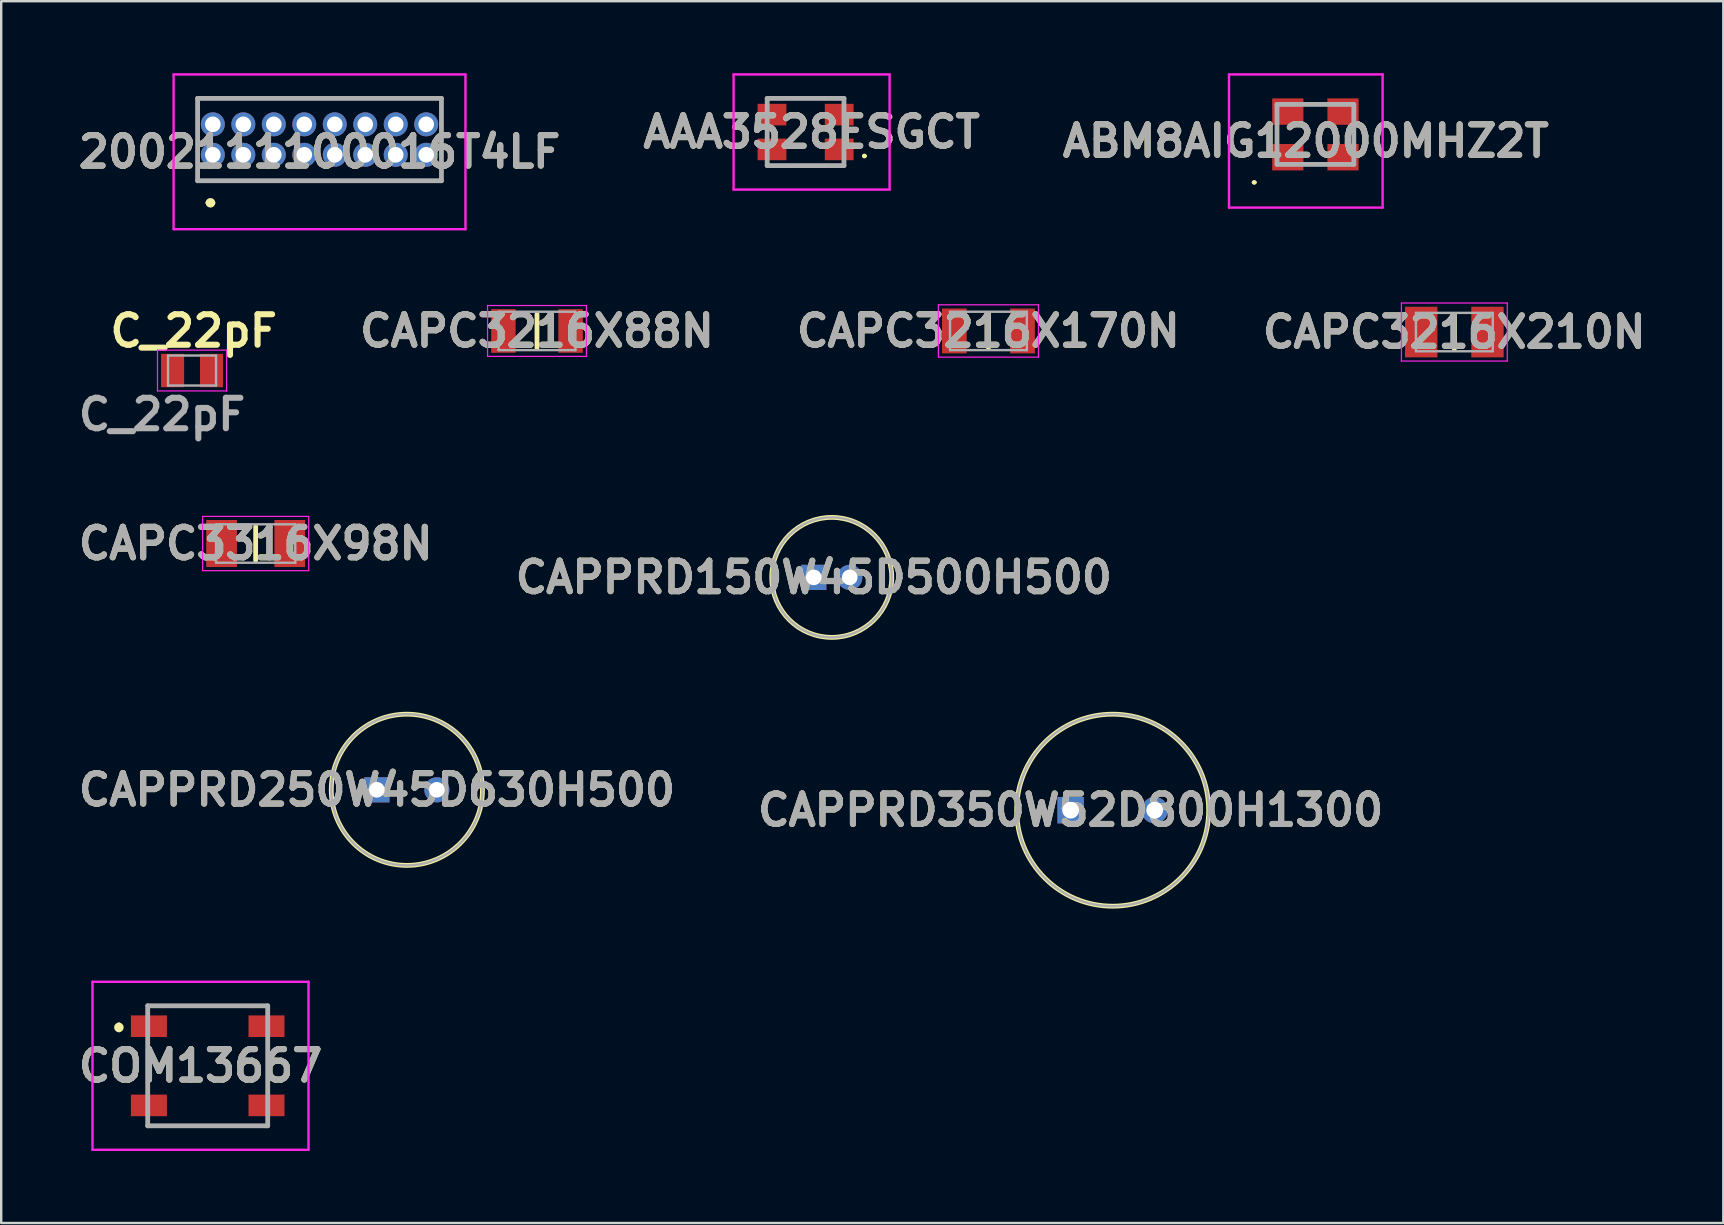
<source format=kicad_pcb>
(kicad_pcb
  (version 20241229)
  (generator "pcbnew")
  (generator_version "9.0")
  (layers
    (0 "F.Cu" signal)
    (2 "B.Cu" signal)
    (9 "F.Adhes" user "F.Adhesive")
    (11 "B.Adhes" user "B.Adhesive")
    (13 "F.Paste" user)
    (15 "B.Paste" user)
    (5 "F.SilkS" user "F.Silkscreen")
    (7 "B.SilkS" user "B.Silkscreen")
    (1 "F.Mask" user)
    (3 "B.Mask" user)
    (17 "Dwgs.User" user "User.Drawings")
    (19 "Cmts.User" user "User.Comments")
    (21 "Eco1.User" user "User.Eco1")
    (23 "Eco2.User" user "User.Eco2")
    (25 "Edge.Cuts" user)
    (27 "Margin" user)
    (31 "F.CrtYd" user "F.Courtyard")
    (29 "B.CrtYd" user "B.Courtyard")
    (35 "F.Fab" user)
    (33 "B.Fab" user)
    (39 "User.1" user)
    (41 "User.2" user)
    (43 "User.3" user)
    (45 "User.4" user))
  (footprint "CAPPRD350W52D800H1300"
    (layer "F.Cu")
    (at 41.56 30.707)
    (property "Reference" "CAPPRD350W52D800H1300" (at 0 0 0) (layer "F.SilkS") (effects (font (size 1.27 1.27) (thickness 0.254))))
    (attr through_hole)
    (fp_circle (center 1.75 0) (end 1.75 4) (stroke (width 0.2) (type solid)) (fill no) (layer "F.SilkS"))
    (fp_circle (center 1.75 0) (end 1.75 4) (stroke (width 0.1) (type solid)) (fill no) (layer "F.Fab"))
    (fp_text user "${REFERENCE}" (at 0 0 0) (layer "F.Fab") (effects (font (size 1.27 1.27) (thickness 0.254))))
    (pad "1" thru_hole rect (at 0 0) (size 1.1 1.1) (drill 0.7) (layers "*.Cu" "*.Mask"))
    (pad "2" thru_hole circle (at 3.5 0) (size 1.1 1.1) (drill 0.7) (layers "*.Cu" "*.Mask")))
  (footprint "CAPPRD250W45D630H500"
    (layer "F.Cu")
    (at 12.652 29.857)
    (property "Reference" "CAPPRD250W45D630H500" (at 0 0 0) (layer "F.SilkS") (effects (font (size 1.27 1.27) (thickness 0.254))))
    (attr through_hole)
    (fp_circle (center 1.25 0) (end 1.25 3.15) (stroke (width 0.2) (type solid)) (fill no) (layer "F.SilkS"))
    (fp_circle (center 1.25 0) (end 1.25 3.15) (stroke (width 0.1) (type solid)) (fill no) (layer "F.Fab"))
    (fp_text user "${REFERENCE}" (at 0 0 0) (layer "F.Fab") (effects (font (size 1.27 1.27) (thickness 0.254))))
    (pad "1" thru_hole rect (at 0 0) (size 1.05 1.05) (drill 0.65) (layers "*.Cu" "*.Mask"))
    (pad "2" thru_hole circle (at 2.5 0) (size 1.05 1.05) (drill 0.65) (layers "*.Cu" "*.Mask")))
  (footprint "2002111100016T4LF"
    (layer "F.Cu")
    (at 5.818 3.4)
    (property "Reference" "2002111100016T4LF" (at 4.445 -0.125 0) (layer "F.SilkS") (effects (font (size 1.27 1.27) (thickness 0.254))))
    (attr through_hole)
    (fp_line (start -0.635 -2.35) (end 9.525 -2.35) (stroke (width 0.1) (type solid)) (layer "F.SilkS"))
    (fp_line (start -0.635 -1.905) (end -0.635 -2.35) (stroke (width 0.1) (type solid)) (layer "F.SilkS"))
    (fp_line (start -0.635 0.635) (end -0.635 1.08) (stroke (width 0.1) (type solid)) (layer "F.SilkS"))
    (fp_line (start -0.635 1.08) (end 9.525 1.08) (stroke (width 0.1) (type solid)) (layer "F.SilkS"))
    (fp_line (start -0.2 2) (end -0.2 2) (stroke (width 0.2) (type solid)) (layer "F.SilkS"))
    (fp_line (start 0 2) (end 0 2) (stroke (width 0.2) (type solid)) (layer "F.SilkS"))
    (fp_line (start 9.525 -2.35) (end 9.525 -1.905) (stroke (width 0.1) (type solid)) (layer "F.SilkS"))
    (fp_line (start 9.525 1.08) (end 9.525 1.08) (stroke (width 0.1) (type solid)) (layer "F.SilkS"))
    (fp_arc (start -0.2 2) (mid -0.1 1.9) (end 0 2) (stroke (width 0.2) (type solid)) (layer "F.SilkS"))
    (fp_arc (start 0 2) (mid -0.1 2.1) (end -0.2 2) (stroke (width 0.2) (type solid)) (layer "F.SilkS"))
    (fp_line (start -1.635 -3.35) (end 10.525 -3.35) (stroke (width 0.1) (type solid)) (layer "F.CrtYd"))
    (fp_line (start -1.635 3.1) (end -1.635 -3.35) (stroke (width 0.1) (type solid)) (layer "F.CrtYd"))
    (fp_line (start 10.525 -3.35) (end 10.525 3.1) (stroke (width 0.1) (type solid)) (layer "F.CrtYd"))
    (fp_line (start 10.525 3.1) (end -1.635 3.1) (stroke (width 0.1) (type solid)) (layer "F.CrtYd"))
    (fp_line (start -0.635 -2.35) (end 9.525 -2.35) (stroke (width 0.2) (type solid)) (layer "F.Fab"))
    (fp_line (start -0.635 1.08) (end -0.635 -2.35) (stroke (width 0.2) (type solid)) (layer "F.Fab"))
    (fp_line (start 9.525 -2.35) (end 9.525 1.08) (stroke (width 0.2) (type solid)) (layer "F.Fab"))
    (fp_line (start 9.525 1.08) (end -0.635 1.08) (stroke (width 0.2) (type solid)) (layer "F.Fab"))
    (fp_text user "${REFERENCE}" (at 4.445 -0.125 0) (layer "F.Fab") (effects (font (size 1.27 1.27) (thickness 0.254))))
    (pad "1" thru_hole circle (at 0 0) (size 1 1) (drill 0.65) (layers "*.Cu" "*.Mask"))
    (pad "2" thru_hole circle (at 0 -1.27) (size 1 1) (drill 0.65) (layers "*.Cu" "*.Mask"))
    (pad "3" thru_hole circle (at 1.27 0) (size 1 1) (drill 0.65) (layers "*.Cu" "*.Mask"))
    (pad "4" thru_hole circle (at 1.27 -1.27) (size 1 1) (drill 0.65) (layers "*.Cu" "*.Mask"))
    (pad "5" thru_hole circle (at 2.54 0) (size 1 1) (drill 0.65) (layers "*.Cu" "*.Mask"))
    (pad "6" thru_hole circle (at 2.54 -1.27) (size 1 1) (drill 0.65) (layers "*.Cu" "*.Mask"))
    (pad "7" thru_hole circle (at 3.81 0) (size 1 1) (drill 0.65) (layers "*.Cu" "*.Mask"))
    (pad "8" thru_hole circle (at 3.81 -1.27) (size 1 1) (drill 0.65) (layers "*.Cu" "*.Mask"))
    (pad "9" thru_hole circle (at 5.08 0) (size 1 1) (drill 0.65) (layers "*.Cu" "*.Mask"))
    (pad "10" thru_hole circle (at 5.08 -1.27) (size 1 1) (drill 0.65) (layers "*.Cu" "*.Mask"))
    (pad "11" thru_hole circle (at 6.35 0) (size 1 1) (drill 0.65) (layers "*.Cu" "*.Mask"))
    (pad "12" thru_hole circle (at 6.35 -1.27) (size 1 1) (drill 0.65) (layers "*.Cu" "*.Mask"))
    (pad "13" thru_hole circle (at 7.62 0) (size 1 1) (drill 0.65) (layers "*.Cu" "*.Mask"))
    (pad "14" thru_hole circle (at 7.62 -1.27) (size 1 1) (drill 0.65) (layers "*.Cu" "*.Mask"))
    (pad "15" thru_hole circle (at 8.89 0) (size 1 1) (drill 0.65) (layers "*.Cu" "*.Mask"))
    (pad "16" thru_hole circle (at 8.89 -1.27) (size 1 1) (drill 0.65) (layers "*.Cu" "*.Mask")))
  (footprint "CAPC3216X88N"
    (layer "F.Cu")
    (at 19.324 10.739)
    (property "Reference" "CAPC3216X88N" (at 0 0 0) (layer "F.SilkS") (effects (font (size 1.27 1.27) (thickness 0.254))))
    (attr smd)
    (fp_line (start 0 -0.7) (end 0 0.7) (stroke (width 0.2) (type solid)) (layer "F.SilkS"))
    (fp_line (start -2.06 -1.06) (end 2.06 -1.06) (stroke (width 0.05) (type solid)) (layer "F.CrtYd"))
    (fp_line (start -2.06 1.06) (end -2.06 -1.06) (stroke (width 0.05) (type solid)) (layer "F.CrtYd"))
    (fp_line (start 2.06 -1.06) (end 2.06 1.06) (stroke (width 0.05) (type solid)) (layer "F.CrtYd"))
    (fp_line (start 2.06 1.06) (end -2.06 1.06) (stroke (width 0.05) (type solid)) (layer "F.CrtYd"))
    (fp_line (start -1.6 -0.8) (end 1.6 -0.8) (stroke (width 0.1) (type solid)) (layer "F.Fab"))
    (fp_line (start -1.6 0.8) (end -1.6 -0.8) (stroke (width 0.1) (type solid)) (layer "F.Fab"))
    (fp_line (start 1.6 -0.8) (end 1.6 0.8) (stroke (width 0.1) (type solid)) (layer "F.Fab"))
    (fp_line (start 1.6 0.8) (end -1.6 0.8) (stroke (width 0.1) (type solid)) (layer "F.Fab"))
    (fp_text user "${REFERENCE}" (at 0 0 0) (layer "F.Fab") (effects (font (size 1.27 1.27) (thickness 0.254))))
    (pad "1" smd rect (at -1.4 0) (size 1.02 1.82) (layers "F.Cu" "F.Mask" "F.Paste"))
    (pad "2" smd rect (at 1.4 0) (size 1.02 1.82) (layers "F.Cu" "F.Mask" "F.Paste")))
  (footprint "CAPC3316X98N"
    (layer "F.Cu")
    (at 7.602 19.596)
    (property "Reference" "CAPC3316X98N" (at 0 0 0) (layer "F.SilkS") (effects (font (size 1.27 1.27) (thickness 0.254))))
    (attr smd)
    (fp_line (start 0 -0.7) (end 0 0.7) (stroke (width 0.2) (type solid)) (layer "F.SilkS"))
    (fp_line (start -2.21 -1.13) (end 2.21 -1.13) (stroke (width 0.05) (type solid)) (layer "F.CrtYd"))
    (fp_line (start -2.21 1.13) (end -2.21 -1.13) (stroke (width 0.05) (type solid)) (layer "F.CrtYd"))
    (fp_line (start 2.21 -1.13) (end 2.21 1.13) (stroke (width 0.05) (type solid)) (layer "F.CrtYd"))
    (fp_line (start 2.21 1.13) (end -2.21 1.13) (stroke (width 0.05) (type solid)) (layer "F.CrtYd"))
    (fp_line (start -1.65 -0.8) (end 1.65 -0.8) (stroke (width 0.1) (type solid)) (layer "F.Fab"))
    (fp_line (start -1.65 0.8) (end -1.65 -0.8) (stroke (width 0.1) (type solid)) (layer "F.Fab"))
    (fp_line (start 1.65 -0.8) (end 1.65 0.8) (stroke (width 0.1) (type solid)) (layer "F.Fab"))
    (fp_line (start 1.65 0.8) (end -1.65 0.8) (stroke (width 0.1) (type solid)) (layer "F.Fab"))
    (fp_text user "${REFERENCE}" (at 0 0 0) (layer "F.Fab") (effects (font (size 1.27 1.27) (thickness 0.254))))
    (pad "1" smd rect (at -1.42 0) (size 1.28 1.96) (layers "F.Cu" "F.Mask" "F.Paste"))
    (pad "2" smd rect (at 1.42 0) (size 1.28 1.96) (layers "F.Cu" "F.Mask" "F.Paste")))
  (footprint "C_22pF"
    (layer "F.Cu")
    (at 4.951 12.389)
    (property "Reference" "C_22pF" (at 0.07 -1.65 0) (layer "F.SilkS") (effects (font (size 1.27 1.27) (thickness 0.254))))
    (attr smd)
    (fp_line (start -1.44 -0.85) (end 1.44 -0.85) (stroke (width 0.05) (type solid)) (layer "F.CrtYd"))
    (fp_line (start -1.44 0.85) (end -1.44 -0.85) (stroke (width 0.05) (type solid)) (layer "F.CrtYd"))
    (fp_line (start 1.44 -0.85) (end 1.44 0.85) (stroke (width 0.05) (type solid)) (layer "F.CrtYd"))
    (fp_line (start 1.44 0.85) (end -1.44 0.85) (stroke (width 0.05) (type solid)) (layer "F.CrtYd"))
    (fp_line (start -1 -0.625) (end 1 -0.625) (stroke (width 0.1) (type solid)) (layer "F.Fab"))
    (fp_line (start -1 0.625) (end -1 -0.625) (stroke (width 0.1) (type solid)) (layer "F.Fab"))
    (fp_line (start 1 -0.625) (end 1 0.625) (stroke (width 0.1) (type solid)) (layer "F.Fab"))
    (fp_line (start 1 0.625) (end -1 0.625) (stroke (width 0.1) (type solid)) (layer "F.Fab"))
    (fp_text user "${REFERENCE}" (at -1.25 1.83 0) (layer "F.Fab") (effects (font (size 1.27 1.27) (thickness 0.254))))
    (pad "1" smd rect (at -0.81 0) (size 0.96 1.39) (layers "F.Cu" "F.Mask" "F.Paste"))
    (pad "2" smd rect (at 0.81 0) (size 0.96 1.39) (layers "F.Cu" "F.Mask" "F.Paste")))
  (footprint "CAPC3216X210N"
    (layer "F.Cu")
    (at 57.546 10.785)
    (property "Reference" "CAPC3216X210N" (at 0 0 0) (layer "F.SilkS") (effects (font (size 1.27 1.27) (thickness 0.254))))
    (attr smd)
    (fp_line (start 0 -0.7) (end 0 0.7) (stroke (width 0.2) (type solid)) (layer "F.SilkS"))
    (fp_line (start -2.205 -1.21) (end 2.205 -1.21) (stroke (width 0.05) (type solid)) (layer "F.CrtYd"))
    (fp_line (start -2.205 1.21) (end -2.205 -1.21) (stroke (width 0.05) (type solid)) (layer "F.CrtYd"))
    (fp_line (start 2.205 -1.21) (end 2.205 1.21) (stroke (width 0.05) (type solid)) (layer "F.CrtYd"))
    (fp_line (start 2.205 1.21) (end -2.205 1.21) (stroke (width 0.05) (type solid)) (layer "F.CrtYd"))
    (fp_line (start -1.6 -0.8) (end 1.6 -0.8) (stroke (width 0.1) (type solid)) (layer "F.Fab"))
    (fp_line (start -1.6 0.8) (end -1.6 -0.8) (stroke (width 0.1) (type solid)) (layer "F.Fab"))
    (fp_line (start 1.6 -0.8) (end 1.6 0.8) (stroke (width 0.1) (type solid)) (layer "F.Fab"))
    (fp_line (start 1.6 0.8) (end -1.6 0.8) (stroke (width 0.1) (type solid)) (layer "F.Fab"))
    (fp_text user "${REFERENCE}" (at 0 0 0) (layer "F.Fab") (effects (font (size 1.27 1.27) (thickness 0.254))))
    (pad "1" smd rect (at -1.38 0) (size 1.35 2.11) (layers "F.Cu" "F.Mask" "F.Paste"))
    (pad "2" smd rect (at 1.38 0) (size 1.35 2.11) (layers "F.Cu" "F.Mask" "F.Paste")))
  (footprint "ABM8AIG12000MHZ2T"
    (layer "F.Cu")
    (at 51.757 2.55)
    (property "Reference" "ABM8AIG12000MHZ2T" (at -0.4 0.275 0) (layer "F.SilkS") (effects (font (size 1.27 1.27) (thickness 0.254))))
    (attr smd)
    (fp_line (start -2.6 2) (end -2.6 2) (stroke (width 0.1) (type solid)) (layer "F.SilkS"))
    (fp_line (start -2.5 2) (end -2.5 2) (stroke (width 0.1) (type solid)) (layer "F.SilkS"))
    (fp_line (start -1.6 0.2) (end -1.6 -0.2) (stroke (width 0.1) (type solid)) (layer "F.SilkS"))
    (fp_line (start 1.6 0.4) (end 1.6 -0.2) (stroke (width 0.1) (type solid)) (layer "F.SilkS"))
    (fp_arc (start -2.6 2) (mid -2.55 1.95) (end -2.5 2) (stroke (width 0.1) (type solid)) (layer "F.SilkS"))
    (fp_arc (start -2.5 2) (mid -2.55 2.05) (end -2.6 2) (stroke (width 0.1) (type solid)) (layer "F.SilkS"))
    (fp_line (start -3.6 -2.5) (end 2.8 -2.5) (stroke (width 0.1) (type solid)) (layer "F.CrtYd"))
    (fp_line (start -3.6 3.05) (end -3.6 -2.5) (stroke (width 0.1) (type solid)) (layer "F.CrtYd"))
    (fp_line (start 2.8 -2.5) (end 2.8 3.05) (stroke (width 0.1) (type solid)) (layer "F.CrtYd"))
    (fp_line (start 2.8 3.05) (end -3.6 3.05) (stroke (width 0.1) (type solid)) (layer "F.CrtYd"))
    (fp_line (start -1.6 -1.25) (end 1.6 -1.25) (stroke (width 0.2) (type solid)) (layer "F.Fab"))
    (fp_line (start -1.6 1.25) (end -1.6 -1.25) (stroke (width 0.2) (type solid)) (layer "F.Fab"))
    (fp_line (start 1.6 -1.25) (end 1.6 1.25) (stroke (width 0.2) (type solid)) (layer "F.Fab"))
    (fp_line (start 1.6 1.25) (end -1.6 1.25) (stroke (width 0.2) (type solid)) (layer "F.Fab"))
    (fp_text user "${REFERENCE}" (at -0.4 0.275 0) (layer "F.Fab") (effects (font (size 1.27 1.27) (thickness 0.254))))
    (pad "1" smd rect (at -1.15 0.95 90) (size 1.1 1.3) (layers "F.Cu" "F.Mask" "F.Paste"))
    (pad "2" smd rect (at 1.15 0.95 90) (size 1.1 1.3) (layers "F.Cu" "F.Mask" "F.Paste"))
    (pad "3" smd rect (at 1.15 -0.95 90) (size 1.1 1.3) (layers "F.Cu" "F.Mask" "F.Paste"))
    (pad "4" smd rect (at -1.15 -0.95 90) (size 1.1 1.3) (layers "F.Cu" "F.Mask" "F.Paste")))
  (footprint "COM13667"
    (layer "F.Cu")
    (at 4.954 41.357)
    (property "Reference" "COM13667" (at 0.35 0 0) (layer "F.SilkS") (effects (font (size 1.27 1.27) (thickness 0.254))))
    (attr smd)
    (fp_line (start -3.05 -1.7) (end -3.05 -1.7) (stroke (width 0.2) (type solid)) (layer "F.SilkS"))
    (fp_line (start -3.05 -1.5) (end -3.05 -1.5) (stroke (width 0.2) (type solid)) (layer "F.SilkS"))
    (fp_line (start -1.85 -2.5) (end 3.15 -2.5) (stroke (width 0.1) (type solid)) (layer "F.SilkS"))
    (fp_line (start -1.85 1) (end -1.85 -1) (stroke (width 0.1) (type solid)) (layer "F.SilkS"))
    (fp_line (start -1.85 2.5) (end 3.15 2.5) (stroke (width 0.1) (type solid)) (layer "F.SilkS"))
    (fp_line (start 3.15 1) (end 3.15 -1) (stroke (width 0.1) (type solid)) (layer "F.SilkS"))
    (fp_arc (start -3.05 -1.7) (mid -2.95 -1.6) (end -3.05 -1.5) (stroke (width 0.2) (type solid)) (layer "F.SilkS"))
    (fp_arc (start -3.05 -1.5) (mid -3.15 -1.6) (end -3.05 -1.7) (stroke (width 0.2) (type solid)) (layer "F.SilkS"))
    (fp_line (start -4.15 -3.5) (end 4.85 -3.5) (stroke (width 0.1) (type solid)) (layer "F.CrtYd"))
    (fp_line (start -4.15 3.5) (end -4.15 -3.5) (stroke (width 0.1) (type solid)) (layer "F.CrtYd"))
    (fp_line (start 4.85 -3.5) (end 4.85 3.5) (stroke (width 0.1) (type solid)) (layer "F.CrtYd"))
    (fp_line (start 4.85 3.5) (end -4.15 3.5) (stroke (width 0.1) (type solid)) (layer "F.CrtYd"))
    (fp_line (start -1.85 -2.5) (end 3.15 -2.5) (stroke (width 0.2) (type solid)) (layer "F.Fab"))
    (fp_line (start -1.85 2.5) (end -1.85 -2.5) (stroke (width 0.2) (type solid)) (layer "F.Fab"))
    (fp_line (start 3.15 -2.5) (end 3.15 2.5) (stroke (width 0.2) (type solid)) (layer "F.Fab"))
    (fp_line (start 3.15 2.5) (end -1.85 2.5) (stroke (width 0.2) (type solid)) (layer "F.Fab"))
    (fp_text user "${REFERENCE}" (at 0.35 0 0) (layer "F.Fab") (effects (font (size 1.27 1.27) (thickness 0.254))))
    (pad "1" smd rect (at -1.8 -1.65 90) (size 0.9 1.5) (layers "F.Cu" "F.Mask" "F.Paste"))
    (pad "2" smd rect (at -1.8 1.65 90) (size 0.9 1.5) (layers "F.Cu" "F.Mask" "F.Paste"))
    (pad "3" smd rect (at 3.1 1.65 90) (size 0.9 1.5) (layers "F.Cu" "F.Mask" "F.Paste"))
    (pad "4" smd rect (at 3.1 -1.65 90) (size 0.9 1.5) (layers "F.Cu" "F.Mask" "F.Paste")))
  (footprint "CAPC3216X170N"
    (layer "F.Cu")
    (at 38.133 10.739)
    (property "Reference" "CAPC3216X170N" (at 0 0 0) (layer "F.SilkS") (effects (font (size 1.27 1.27) (thickness 0.254))))
    (attr smd)
    (fp_line (start 0 -0.7) (end 0 0.7) (stroke (width 0.2) (type solid)) (layer "F.SilkS"))
    (fp_line (start -2.085 -1.09) (end 2.085 -1.09) (stroke (width 0.05) (type solid)) (layer "F.CrtYd"))
    (fp_line (start -2.085 1.09) (end -2.085 -1.09) (stroke (width 0.05) (type solid)) (layer "F.CrtYd"))
    (fp_line (start 2.085 -1.09) (end 2.085 1.09) (stroke (width 0.05) (type solid)) (layer "F.CrtYd"))
    (fp_line (start 2.085 1.09) (end -2.085 1.09) (stroke (width 0.05) (type solid)) (layer "F.CrtYd"))
    (fp_line (start -1.6 -0.8) (end 1.6 -0.8) (stroke (width 0.1) (type solid)) (layer "F.Fab"))
    (fp_line (start -1.6 0.8) (end -1.6 -0.8) (stroke (width 0.1) (type solid)) (layer "F.Fab"))
    (fp_line (start 1.6 -0.8) (end 1.6 0.8) (stroke (width 0.1) (type solid)) (layer "F.Fab"))
    (fp_line (start 1.6 0.8) (end -1.6 0.8) (stroke (width 0.1) (type solid)) (layer "F.Fab"))
    (fp_text user "${REFERENCE}" (at 0 0 0) (layer "F.Fab") (effects (font (size 1.27 1.27) (thickness 0.254))))
    (pad "1" smd rect (at -1.42 0) (size 1.03 1.87) (layers "F.Cu" "F.Mask" "F.Paste"))
    (pad "2" smd rect (at 1.42 0) (size 1.03 1.87) (layers "F.Cu" "F.Mask" "F.Paste")))
  (footprint "CAPPRD150W45D500H500"
    (layer "F.Cu")
    (at 30.855 21.007)
    (property "Reference" "CAPPRD150W45D500H500" (at 0 0 0) (layer "F.SilkS") (effects (font (size 1.27 1.27) (thickness 0.254))))
    (attr through_hole)
    (fp_circle (center 0.75 0) (end 0.75 2.5) (stroke (width 0.2) (type solid)) (fill no) (layer "F.SilkS"))
    (fp_circle (center 0.75 0) (end 0.75 2.5) (stroke (width 0.1) (type solid)) (fill no) (layer "F.Fab"))
    (fp_text user "${REFERENCE}" (at 0 0 0) (layer "F.Fab") (effects (font (size 1.27 1.27) (thickness 0.254))))
    (pad "1" thru_hole rect (at 0 0) (size 1.05 1.05) (drill 0.65) (layers "*.Cu" "*.Mask"))
    (pad "2" thru_hole circle (at 1.5 0) (size 1.05 1.05) (drill 0.65) (layers "*.Cu" "*.Mask")))
  (footprint "AAA3528ESGCT"
    (layer "F.Cu")
    (at 30.515 2.45)
    (property "Reference" "AAA3528ESGCT" (at 0.25 0 0) (layer "F.SilkS") (effects (font (size 1.27 1.27) (thickness 0.254))))
    (attr smd)
    (fp_line (start 2.4 1) (end 2.4 1) (stroke (width 0.1) (type solid)) (layer "F.SilkS"))
    (fp_line (start 2.5 1) (end 2.5 1) (stroke (width 0.1) (type solid)) (layer "F.SilkS"))
    (fp_arc (start 2.4 1) (mid 2.45 0.95) (end 2.5 1) (stroke (width 0.1) (type solid)) (layer "F.SilkS"))
    (fp_arc (start 2.5 1) (mid 2.45 1.05) (end 2.4 1) (stroke (width 0.1) (type solid)) (layer "F.SilkS"))
    (fp_line (start -3 -2.4) (end 3.5 -2.4) (stroke (width 0.1) (type solid)) (layer "F.CrtYd"))
    (fp_line (start -3 2.4) (end -3 -2.4) (stroke (width 0.1) (type solid)) (layer "F.CrtYd"))
    (fp_line (start 3.5 -2.4) (end 3.5 2.4) (stroke (width 0.1) (type solid)) (layer "F.CrtYd"))
    (fp_line (start 3.5 2.4) (end -3 2.4) (stroke (width 0.1) (type solid)) (layer "F.CrtYd"))
    (fp_line (start -1.6 -1.4) (end 1.6 -1.4) (stroke (width 0.2) (type solid)) (layer "F.Fab"))
    (fp_line (start -1.6 1.4) (end -1.6 -1.4) (stroke (width 0.2) (type solid)) (layer "F.Fab"))
    (fp_line (start 1.6 -1.4) (end 1.6 1.4) (stroke (width 0.2) (type solid)) (layer "F.Fab"))
    (fp_line (start 1.6 1.4) (end -1.6 1.4) (stroke (width 0.2) (type solid)) (layer "F.Fab"))
    (fp_text user "${REFERENCE}" (at 0.25 0 0) (layer "F.Fab") (effects (font (size 1.27 1.27) (thickness 0.254))))
    (pad "1" smd rect (at 1.4 0.725 90) (size 0.9 1.2) (layers "F.Cu" "F.Mask" "F.Paste"))
    (pad "2" smd rect (at -1.4 0.725 90) (size 0.9 1.2) (layers "F.Cu" "F.Mask" "F.Paste"))
    (pad "3" smd rect (at -1.4 -0.725 90) (size 0.9 1.2) (layers "F.Cu" "F.Mask" "F.Paste"))
    (pad "4" smd rect (at 1.4 -0.725 90) (size 0.9 1.2) (layers "F.Cu" "F.Mask" "F.Paste")))
  (gr_rect
    (start -3 -3)
    (end 68.752 47.907)
    (stroke (width 0.1) (type default))
    (fill no)
    (layer "Edge.Cuts")))
</source>
